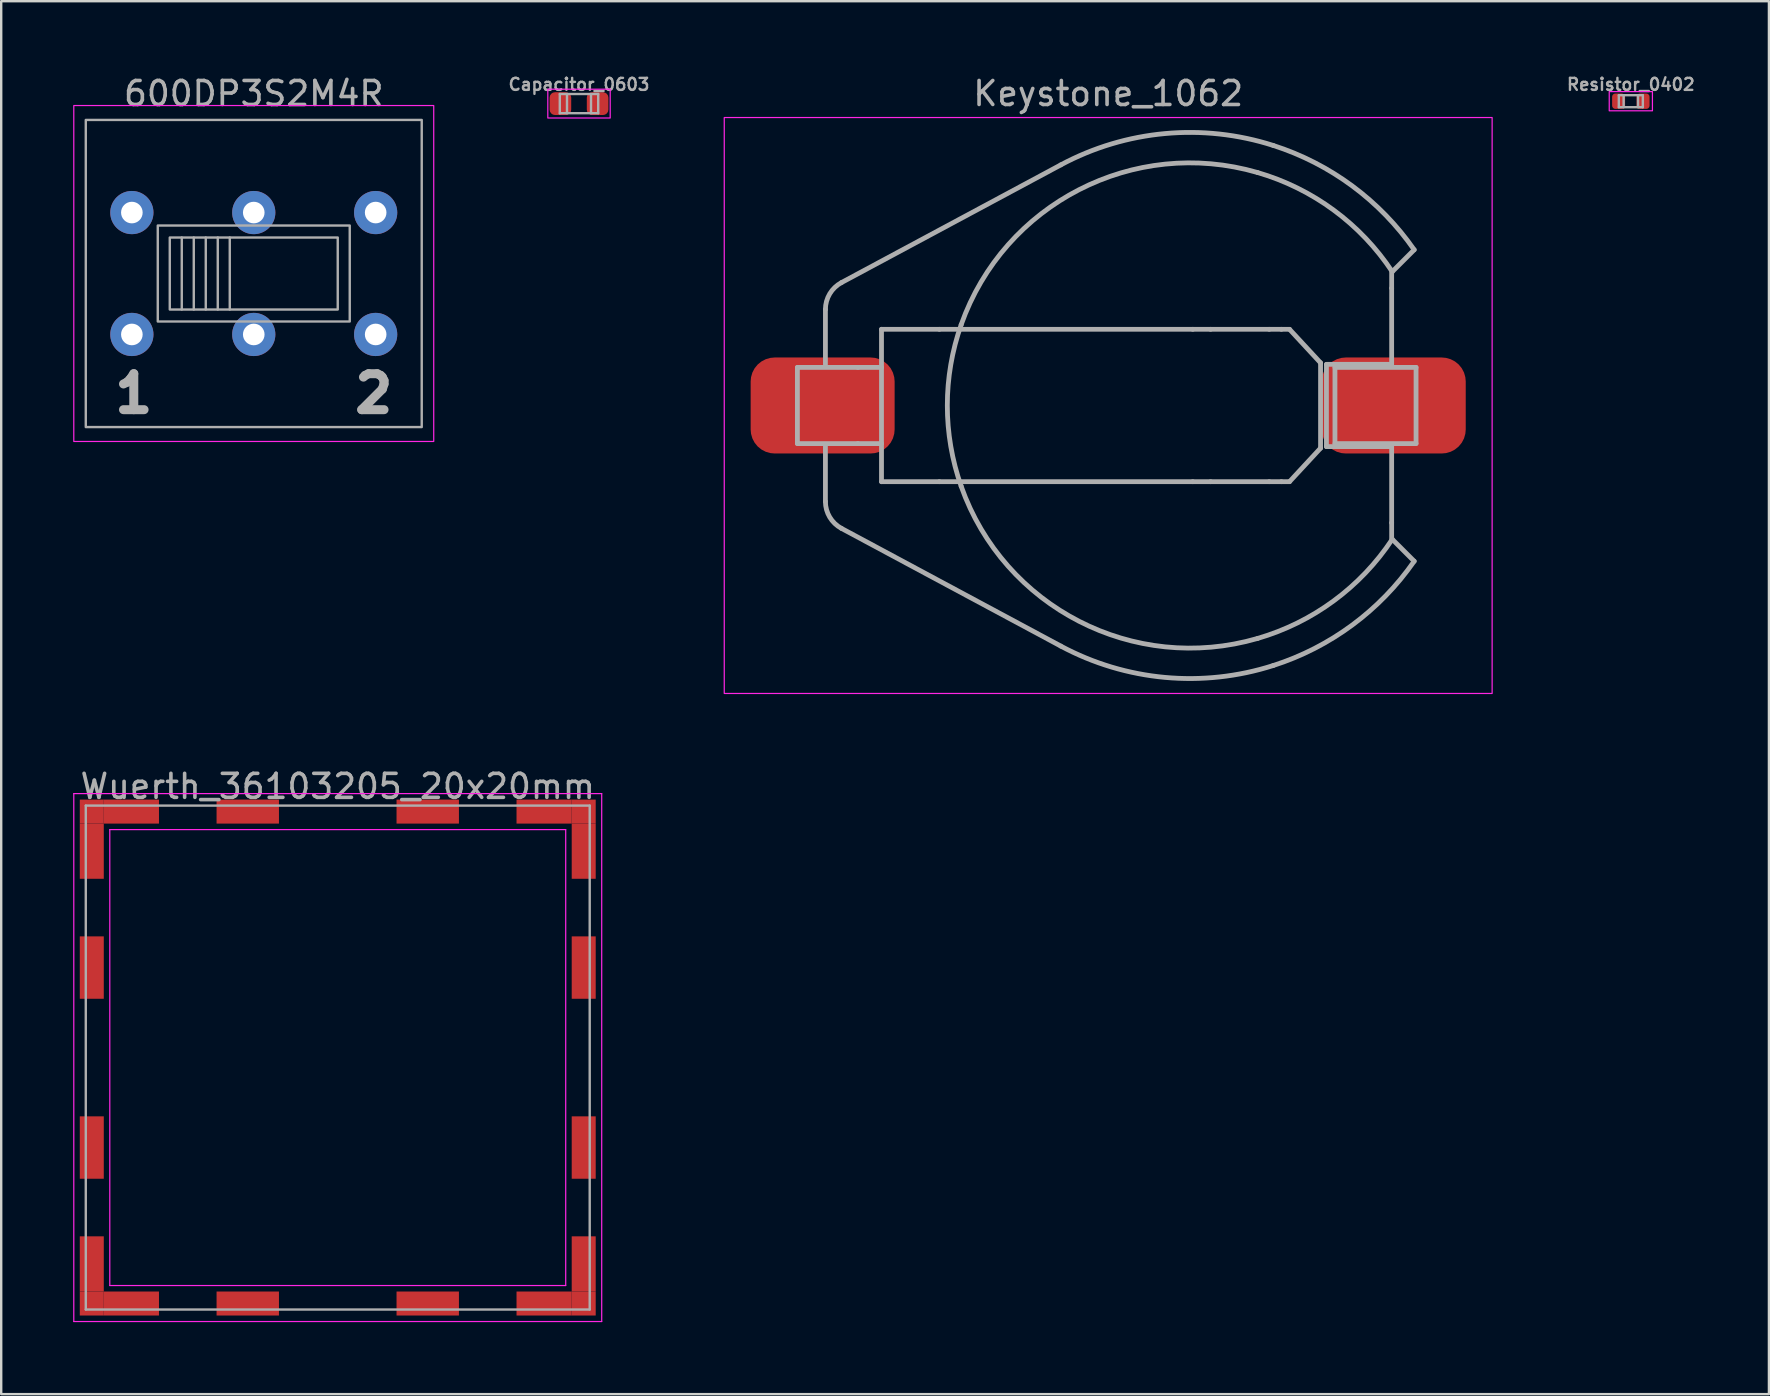
<source format=kicad_pcb>
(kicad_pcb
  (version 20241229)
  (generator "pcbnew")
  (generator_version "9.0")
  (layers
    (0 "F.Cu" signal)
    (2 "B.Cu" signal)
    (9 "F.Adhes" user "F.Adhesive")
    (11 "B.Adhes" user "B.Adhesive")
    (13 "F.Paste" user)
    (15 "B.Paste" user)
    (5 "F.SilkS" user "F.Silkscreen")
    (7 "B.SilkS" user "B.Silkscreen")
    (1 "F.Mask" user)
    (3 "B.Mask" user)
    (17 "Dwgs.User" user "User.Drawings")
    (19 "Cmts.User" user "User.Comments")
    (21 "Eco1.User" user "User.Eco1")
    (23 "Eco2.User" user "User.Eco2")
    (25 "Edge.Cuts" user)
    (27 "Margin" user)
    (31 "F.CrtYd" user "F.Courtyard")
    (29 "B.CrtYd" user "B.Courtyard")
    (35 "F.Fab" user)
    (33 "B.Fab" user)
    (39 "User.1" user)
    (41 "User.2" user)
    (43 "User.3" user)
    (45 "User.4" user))
  (footprint "Resistor_0402"
    (layer "F.Cu")
    (at 64.912 1.168)
    (property "Reference" "Resistor_0402" (at 0 -0.7 0) (unlocked yes) (layer "F.Fab") (effects (font (size 0.5 0.5) (thickness 0.1))))
    (attr smd)
    (fp_rect (start -0.9 0.4) (end 0.9 -0.4) (stroke (width 0.05) (type solid)) (fill no) (layer "F.CrtYd"))
    (fp_line (start -0.5 -0.25) (end 0.5 -0.25) (stroke (width 0.1) (type solid)) (layer "F.Fab"))
    (fp_line (start -0.5 0.25) (end -0.5 -0.25) (stroke (width 0.1) (type solid)) (layer "F.Fab"))
    (fp_line (start -0.3 -0.25) (end -0.3 0.25) (stroke (width 0.1) (type solid)) (layer "F.Fab"))
    (fp_line (start 0.3 -0.25) (end 0.3 0.25) (stroke (width 0.1) (type solid)) (layer "F.Fab"))
    (fp_line (start 0.5 -0.25) (end 0.5 0.25) (stroke (width 0.1) (type solid)) (layer "F.Fab"))
    (fp_line (start 0.5 0.25) (end -0.5 0.25) (stroke (width 0.1) (type solid)) (layer "F.Fab"))
    (pad "1" smd roundrect (at -0.51 0) (size 0.54 0.64) (layers "F.Cu" "F.Mask" "F.Paste") (roundrect_rratio 0.25))
    (pad "2" smd roundrect (at 0.51 0) (size 0.54 0.64) (layers "F.Cu" "F.Mask" "F.Paste") (roundrect_rratio 0.25)))
  (footprint "600DP3S2M4R"
    (layer "F.Cu")
    (at 7.525 8.348)
    (property "Reference" "600DP3S2M4R" (at 0 -7.5 0) (unlocked yes) (layer "F.Fab") (effects (font (size 1 1) (thickness 0.15))))
    (attr through_hole)
    (fp_rect (start -7.5 -7) (end 7.5 7) (stroke (width 0.05) (type solid)) (fill no) (layer "F.CrtYd"))
    (fp_line (start -3 -1.5) (end -3 1.5) (stroke (width 0.1) (type solid)) (layer "F.Fab"))
    (fp_line (start -2.5 -1.5) (end -2.5 1.5) (stroke (width 0.1) (type solid)) (layer "F.Fab"))
    (fp_line (start -2 -1.5) (end -2 1.5) (stroke (width 0.1) (type solid)) (layer "F.Fab"))
    (fp_line (start -1.5 -1.5) (end -1.5 1.5) (stroke (width 0.1) (type solid)) (layer "F.Fab"))
    (fp_line (start -1 -1.5) (end -1 1.5) (stroke (width 0.1) (type solid)) (layer "F.Fab"))
    (fp_rect (start -7 -6.4) (end 7 6.4) (stroke (width 0.1) (type solid)) (fill no) (layer "F.Fab"))
    (fp_rect (start -4 -2) (end 4 2) (stroke (width 0.1) (type solid)) (fill no) (layer "F.Fab"))
    (fp_rect (start -3.5 -1.5) (end 3.5 1.5) (stroke (width 0.1) (type solid)) (fill no) (layer "F.Fab"))
    (fp_text user "1" (at -5 5 0) (unlocked yes) (layer "F.Fab") (effects (font (size 1.5 1.5) (thickness 0.375))))
    (fp_text user "2" (at 5 5 0) (unlocked yes) (layer "F.Fab") (effects (font (size 1.5 1.5) (thickness 0.375))))
    (pad "1" thru_hole circle (at -5.08 2.54) (size 1.8 1.8) (drill 0.9) (layers "*.Cu" "*.Mask"))
    (pad "2" thru_hole circle (at 0 2.54) (size 1.8 1.8) (drill 0.9) (layers "*.Cu" "*.Mask"))
    (pad "3" thru_hole circle (at 5.08 2.54) (size 1.8 1.8) (drill 0.9) (layers "*.Cu" "*.Mask"))
    (pad "4" thru_hole circle (at -5.08 -2.54) (size 1.8 1.8) (drill 0.9) (layers "*.Cu" "*.Mask"))
    (pad "5" thru_hole circle (at 0 -2.54) (size 1.8 1.8) (drill 0.9) (layers "*.Cu" "*.Mask"))
    (pad "6" thru_hole circle (at 5.08 -2.54) (size 1.8 1.8) (drill 0.9) (layers "*.Cu" "*.Mask")))
  (footprint "Capacitor_0603"
    (layer "F.Cu")
    (at 21.079 1.268)
    (property "Reference" "Capacitor_0603" (at 0 -0.8 0) (unlocked yes) (layer "F.Fab") (effects (font (size 0.5 0.5) (thickness 0.1))))
    (attr smd)
    (fp_rect (start -1.3 0.6) (end 1.3 -0.6) (stroke (width 0.05) (type solid)) (fill no) (layer "F.CrtYd"))
    (fp_line (start -0.8 -0.4) (end 0.8 -0.4) (stroke (width 0.1) (type solid)) (layer "F.Fab"))
    (fp_line (start -0.8 0.4) (end -0.8 -0.4) (stroke (width 0.1) (type solid)) (layer "F.Fab"))
    (fp_line (start -0.5 -0.4) (end -0.5 0.4) (stroke (width 0.1) (type solid)) (layer "F.Fab"))
    (fp_line (start 0.5 -0.4) (end 0.5 0.4) (stroke (width 0.1) (type solid)) (layer "F.Fab"))
    (fp_line (start 0.8 -0.4) (end 0.8 0.4) (stroke (width 0.1) (type solid)) (layer "F.Fab"))
    (fp_line (start 0.8 0.4) (end -0.8 0.4) (stroke (width 0.1) (type solid)) (layer "F.Fab"))
    (pad "1" smd roundrect (at -0.775 0) (size 0.9 0.95) (layers "F.Cu" "F.Mask" "F.Paste") (roundrect_rratio 0.25))
    (pad "2" smd roundrect (at 0.775 0) (size 0.9 0.95) (layers "F.Cu" "F.Mask" "F.Paste") (roundrect_rratio 0.25)))
  (footprint "Wuerth_36103205_20x20mm"
    (layer "F.Cu")
    (at 11.025 41.022)
    (property "Reference" "Wuerth_36103205_20x20mm" (at 0 -11.3 0) (layer "F.Fab") (effects (font (size 1 1) (thickness 0.15))))
    (attr smd)
    (fp_line (start -11 -11) (end -11 11) (stroke (width 0.05) (type solid)) (layer "F.CrtYd"))
    (fp_line (start -11 11) (end 11 11) (stroke (width 0.05) (type solid)) (layer "F.CrtYd"))
    (fp_line (start -9.5 -9.5) (end -9.5 9.5) (stroke (width 0.05) (type solid)) (layer "F.CrtYd"))
    (fp_line (start -9.5 9.5) (end 9.5 9.5) (stroke (width 0.05) (type solid)) (layer "F.CrtYd"))
    (fp_line (start 9.5 -9.5) (end -9.5 -9.5) (stroke (width 0.05) (type solid)) (layer "F.CrtYd"))
    (fp_line (start 9.5 9.5) (end 9.5 -9.5) (stroke (width 0.05) (type solid)) (layer "F.CrtYd"))
    (fp_line (start 11 -11) (end -11 -11) (stroke (width 0.05) (type solid)) (layer "F.CrtYd"))
    (fp_line (start 11 11) (end 11 -11) (stroke (width 0.05) (type solid)) (layer "F.CrtYd"))
    (fp_line (start -10.5 -10.5) (end -10.5 10.5) (stroke (width 0.1) (type solid)) (layer "F.Fab"))
    (fp_line (start -10.5 10.5) (end 10.5 10.5) (stroke (width 0.1) (type solid)) (layer "F.Fab"))
    (fp_line (start 10.5 -10.5) (end -10.5 -10.5) (stroke (width 0.1) (type solid)) (layer "F.Fab"))
    (fp_line (start 10.5 10.5) (end 10.5 -10.5) (stroke (width 0.1) (type solid)) (layer "F.Fab"))
    (pad "1" smd rect (at -10.25 -10.25) (size 1 1) (layers "F.Cu" "F.Mask" "F.Paste"))
    (pad "1" smd rect (at -10.25 -8.6) (size 1 2.3) (layers "F.Cu" "F.Mask" "F.Paste"))
    (pad "1" smd rect (at -10.25 -3.75) (size 1 2.6) (layers "F.Cu" "F.Mask" "F.Paste"))
    (pad "1" smd rect (at -10.25 3.75) (size 1 2.6) (layers "F.Cu" "F.Mask" "F.Paste"))
    (pad "1" smd rect (at -10.25 8.6) (size 1 2.3) (layers "F.Cu" "F.Mask" "F.Paste"))
    (pad "1" smd rect (at -10.25 10.25) (size 1 1) (layers "F.Cu" "F.Mask" "F.Paste"))
    (pad "1" smd rect (at -8.6 -10.25) (size 2.3 1) (layers "F.Cu" "F.Mask" "F.Paste"))
    (pad "1" smd rect (at -8.6 10.25) (size 2.3 1) (layers "F.Cu" "F.Mask" "F.Paste"))
    (pad "1" smd rect (at -3.75 -10.25) (size 2.6 1) (layers "F.Cu" "F.Mask" "F.Paste"))
    (pad "1" smd rect (at -3.75 10.25) (size 2.6 1) (layers "F.Cu" "F.Mask" "F.Paste"))
    (pad "1" smd rect (at 3.75 -10.25) (size 2.6 1) (layers "F.Cu" "F.Mask" "F.Paste"))
    (pad "1" smd rect (at 3.75 10.25) (size 2.6 1) (layers "F.Cu" "F.Mask" "F.Paste"))
    (pad "1" smd rect (at 8.6 -10.25) (size 2.3 1) (layers "F.Cu" "F.Mask" "F.Paste"))
    (pad "1" smd rect (at 8.6 10.25) (size 2.3 1) (layers "F.Cu" "F.Mask" "F.Paste"))
    (pad "1" smd rect (at 10.25 -10.25) (size 1 1) (layers "F.Cu" "F.Mask" "F.Paste"))
    (pad "1" smd rect (at 10.25 -8.6) (size 1 2.3) (layers "F.Cu" "F.Mask" "F.Paste"))
    (pad "1" smd rect (at 10.25 -3.75) (size 1 2.6) (layers "F.Cu" "F.Mask" "F.Paste"))
    (pad "1" smd rect (at 10.25 3.75) (size 1 2.6) (layers "F.Cu" "F.Mask" "F.Paste"))
    (pad "1" smd rect (at 10.25 8.6) (size 1 2.3) (layers "F.Cu" "F.Mask" "F.Paste"))
    (pad "1" smd rect (at 10.25 10.25) (size 1 1) (layers "F.Cu" "F.Mask" "F.Paste")))
  (footprint "Keystone_1062"
    (layer "F.Cu")
    (at 43.132 13.848)
    (property "Reference" "Keystone_1062" (at 0 -13 0) (unlocked yes) (layer "F.Fab") (effects (font (size 1 1) (thickness 0.15))))
    (attr smd)
    (fp_rect (start -16 -12) (end 16 12) (stroke (width 0.05) (type solid)) (fill no) (layer "F.CrtYd"))
    (fp_line (start -12.952 1.587) (end -12.952 -1.587) (stroke (width 0.2) (type solid)) (layer "F.Fab"))
    (fp_line (start -11.784 -4.003) (end -11.784 -1.714) (stroke (width 0.2) (type solid)) (layer "F.Fab"))
    (fp_line (start -11.784 1.714) (end -11.784 4.003) (stroke (width 0.2) (type solid)) (layer "F.Fab"))
    (fp_line (start -11.115 5.122) (end -1.976 10.026) (stroke (width 0.2) (type solid)) (layer "F.Fab"))
    (fp_line (start -10.431 -1.587) (end -12.952 -1.587) (stroke (width 0.2) (type solid)) (layer "F.Fab"))
    (fp_line (start -10.431 1.587) (end -12.952 1.587) (stroke (width 0.2) (type solid)) (layer "F.Fab"))
    (fp_line (start -9.447 -1.587) (end -10.431 -1.587) (stroke (width 0.2) (type solid)) (layer "F.Fab"))
    (fp_line (start -9.447 1.587) (end -10.431 1.587) (stroke (width 0.2) (type solid)) (layer "F.Fab"))
    (fp_line (start -9.447 3.175) (end -7.036 3.175) (stroke (width 0.2) (type solid)) (layer "F.Fab"))
    (fp_line (start -9.447 -3.175) (end -9.447 3.175) (stroke (width 0.2) (type solid)) (layer "F.Fab"))
    (fp_line (start -9.447 -3.175) (end -7.036 -3.175) (stroke (width 0.2) (type solid)) (layer "F.Fab"))
    (fp_line (start -7.036 -3.175) (end 3.524 -3.175) (stroke (width 0.2) (type solid)) (layer "F.Fab"))
    (fp_line (start -7.036 3.175) (end 3.524 3.175) (stroke (width 0.2) (type solid)) (layer "F.Fab"))
    (fp_line (start -1.976 -10.026) (end -11.115 -5.122) (stroke (width 0.2) (type solid)) (layer "F.Fab"))
    (fp_line (start 4.267 -3.175) (end 3.524 -3.175) (stroke (width 0.2) (type solid)) (layer "F.Fab"))
    (fp_line (start 4.267 -3.175) (end 6.71 -3.175) (stroke (width 0.2) (type solid)) (layer "F.Fab"))
    (fp_line (start 4.267 3.175) (end 3.524 3.175) (stroke (width 0.2) (type solid)) (layer "F.Fab"))
    (fp_line (start 4.267 3.175) (end 6.71 3.175) (stroke (width 0.2) (type solid)) (layer "F.Fab"))
    (fp_line (start 6.71 -3.175) (end 7.217 -3.175) (stroke (width 0.2) (type solid)) (layer "F.Fab"))
    (fp_line (start 6.71 3.175) (end 7.217 3.175) (stroke (width 0.2) (type solid)) (layer "F.Fab"))
    (fp_line (start 7.217 -3.175) (end 7.557 -3.175) (stroke (width 0.2) (type solid)) (layer "F.Fab"))
    (fp_line (start 7.557 3.175) (end 7.217 3.175) (stroke (width 0.2) (type solid)) (layer "F.Fab"))
    (fp_line (start 7.56 -3.171) (end 8.85 -1.778) (stroke (width 0.2) (type solid)) (layer "F.Fab"))
    (fp_line (start 8.85 1.778) (end 7.56 3.171) (stroke (width 0.2) (type solid)) (layer "F.Fab"))
    (fp_line (start 8.85 1.778) (end 8.85 -1.778) (stroke (width 0.2) (type solid)) (layer "F.Fab"))
    (fp_line (start 9.095 -1.714) (end 11.813 -1.714) (stroke (width 0.2) (type solid)) (layer "F.Fab"))
    (fp_line (start 9.095 1.714) (end 9.095 -1.714) (stroke (width 0.2) (type solid)) (layer "F.Fab"))
    (fp_line (start 9.45 -1.587) (end 9.45 1.587) (stroke (width 0.2) (type solid)) (layer "F.Fab"))
    (fp_line (start 9.45 1.587) (end 12.829 1.587) (stroke (width 0.2) (type solid)) (layer "F.Fab"))
    (fp_line (start 11.813 -4.889) (end 11.813 -5.55) (stroke (width 0.2) (type solid)) (layer "F.Fab"))
    (fp_line (start 11.813 -1.714) (end 11.813 -4.889) (stroke (width 0.2) (type solid)) (layer "F.Fab"))
    (fp_line (start 11.813 1.714) (end 9.095 1.714) (stroke (width 0.2) (type solid)) (layer "F.Fab"))
    (fp_line (start 11.813 4.889) (end 11.813 1.714) (stroke (width 0.2) (type solid)) (layer "F.Fab"))
    (fp_line (start 11.813 5.55) (end 11.813 4.889) (stroke (width 0.2) (type solid)) (layer "F.Fab"))
    (fp_line (start 11.838 -5.575) (end 12.752 -6.49) (stroke (width 0.2) (type solid)) (layer "F.Fab"))
    (fp_line (start 12.752 6.49) (end 11.838 5.575) (stroke (width 0.2) (type solid)) (layer "F.Fab"))
    (fp_line (start 12.829 -1.587) (end 9.45 -1.587) (stroke (width 0.2) (type solid)) (layer "F.Fab"))
    (fp_line (start 12.829 1.587) (end 12.829 -1.587) (stroke (width 0.2) (type solid)) (layer "F.Fab"))
    (fp_arc (start -11.783997 -4.002754) (mid -11.603867 -4.65474) (end -11.114572 -5.121777) (stroke (width 0.2) (type solid)) (layer "F.Fab"))
    (fp_arc (start -11.114571 5.121777) (mid -11.603866 4.654741) (end -11.783997 4.002755) (stroke (width 0.2) (type solid)) (layer "F.Fab"))
    (fp_arc (start -6.127338 -3.3655) (mid -1.212841 -8.992752) (end 6.223979 -9.708265) (stroke (width 0.2) (type solid)) (layer "F.Fab"))
    (fp_arc (start -6.127338 3.365499) (mid -6.703997 0) (end -6.127338 -3.3655) (stroke (width 0.2) (type solid)) (layer "F.Fab"))
    (fp_arc (start -1.975942 -10.026438) (mid 2.36745 -11.33178) (end 6.87569 -10.837061) (stroke (width 0.2) (type solid)) (layer "F.Fab"))
    (fp_arc (start 6.223978 9.708265) (mid -1.212842 8.992752) (end -6.127338 3.365499) (stroke (width 0.2) (type solid)) (layer "F.Fab"))
    (fp_arc (start 6.223979 -9.708265) (mid 9.398517 -8.141013) (end 11.837996 -5.575294) (stroke (width 0.2) (type solid)) (layer "F.Fab"))
    (fp_arc (start 6.87569 -10.837062) (mid 10.172635 -9.148117) (end 12.752396 -6.489694) (stroke (width 0.2) (type solid)) (layer "F.Fab"))
    (fp_arc (start 6.87569 10.837061) (mid 2.36745 11.33178) (end -1.975942 10.026438) (stroke (width 0.2) (type solid)) (layer "F.Fab"))
    (fp_arc (start 11.837996 5.575294) (mid 9.398516 8.141012) (end 6.223978 9.708265) (stroke (width 0.2) (type solid)) (layer "F.Fab"))
    (fp_arc (start 12.752395 6.489695) (mid 10.172633 9.148116) (end 6.87569 10.837061) (stroke (width 0.2) (type solid)) (layer "F.Fab"))
    (pad "1" smd roundrect (at -11.9 0) (size 6 4) (layers "F.Cu" "F.Mask" "F.Paste") (roundrect_rratio 0.25))
    (pad "2" smd roundrect (at 11.9 0) (size 6 4) (layers "F.Cu" "F.Mask" "F.Paste") (roundrect_rratio 0.25)))
  (gr_rect
    (start -3 -3)
    (end 70.667 55.047)
    (stroke (width 0.1) (type default))
    (fill no)
    (layer "Edge.Cuts")))
</source>
